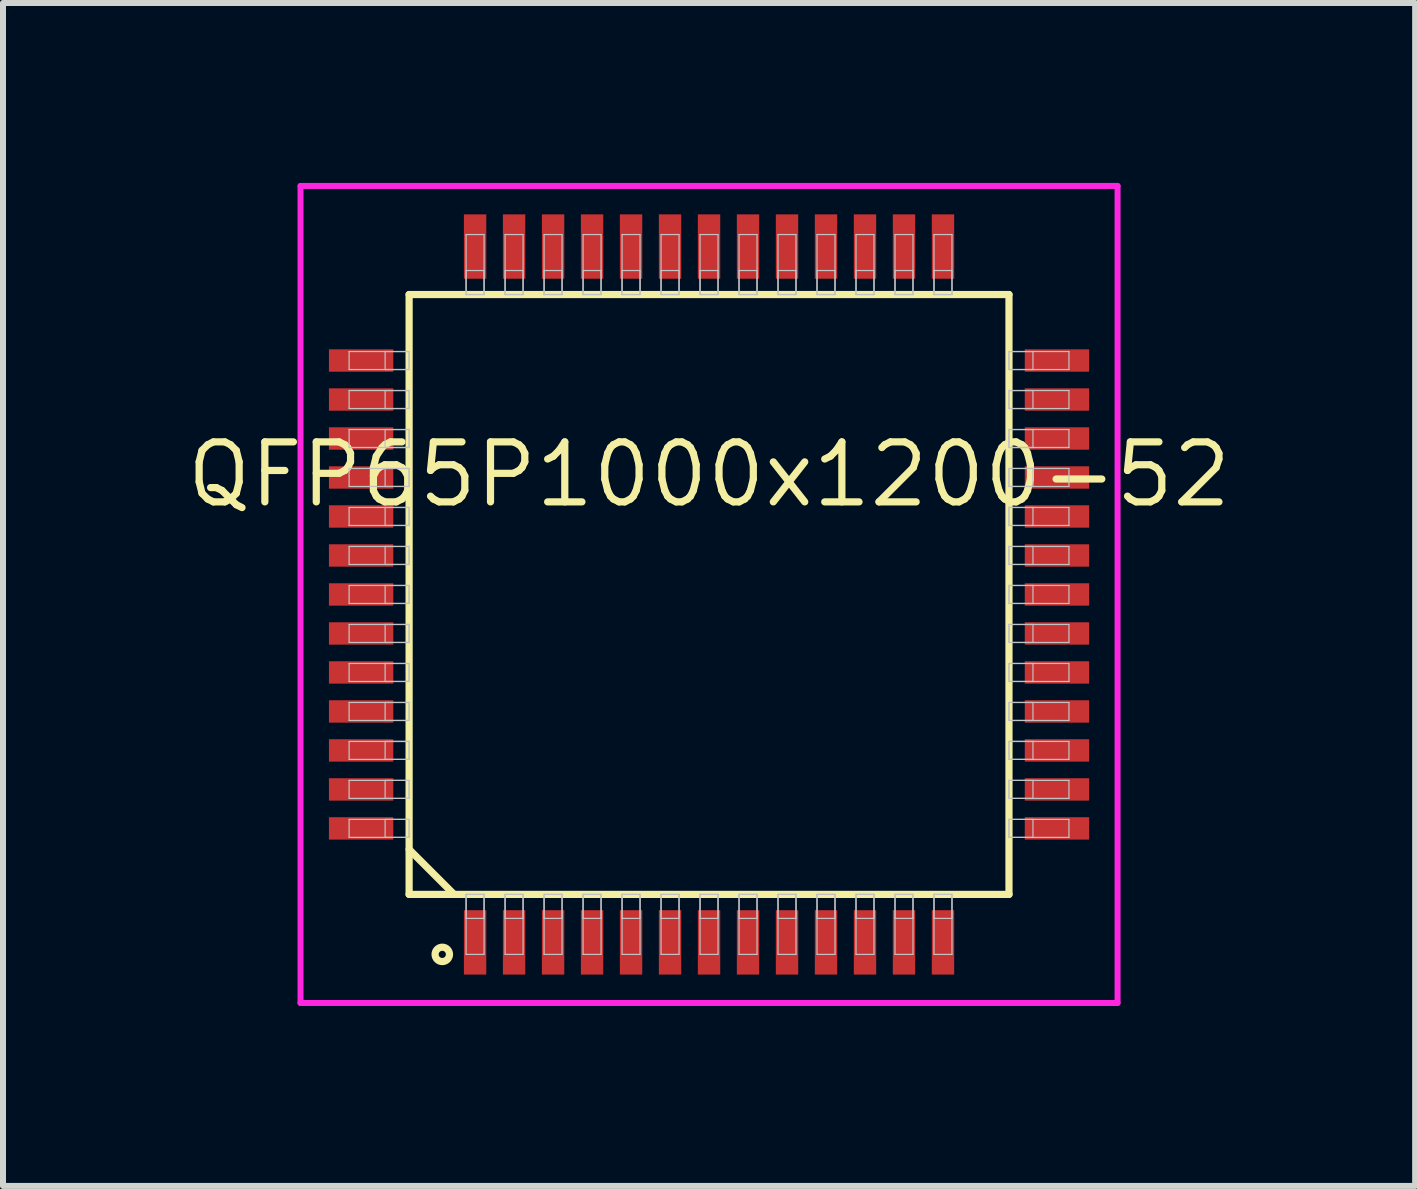
<source format=kicad_pcb>
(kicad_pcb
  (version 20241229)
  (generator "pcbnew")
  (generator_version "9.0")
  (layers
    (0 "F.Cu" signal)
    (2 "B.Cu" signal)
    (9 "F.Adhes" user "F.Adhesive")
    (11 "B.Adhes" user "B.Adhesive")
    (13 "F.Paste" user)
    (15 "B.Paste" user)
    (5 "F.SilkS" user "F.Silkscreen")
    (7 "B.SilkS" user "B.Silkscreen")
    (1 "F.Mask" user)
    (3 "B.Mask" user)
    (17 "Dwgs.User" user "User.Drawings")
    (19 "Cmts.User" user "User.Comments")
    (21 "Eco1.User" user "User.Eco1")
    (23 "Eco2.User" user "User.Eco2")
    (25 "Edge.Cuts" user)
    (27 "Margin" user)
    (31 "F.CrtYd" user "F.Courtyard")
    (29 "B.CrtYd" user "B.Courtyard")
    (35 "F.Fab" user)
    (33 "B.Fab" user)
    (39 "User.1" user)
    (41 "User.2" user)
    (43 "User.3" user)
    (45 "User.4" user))
  (footprint "QFP65P1000x1200-52"
    (layer "F.Cu")
    (at 8.77 6.86)
    (property "Reference" "QFP65P1000x1200-52" (at 0 -2 0) (layer "F.SilkS") (effects (font (size 1 1) (thickness 0.12))))
    (attr through_hole)
    (fp_line (start -5 -5) (end -5 5) (stroke (width 0.12) (type solid)) (layer "F.SilkS"))
    (fp_line (start -5 4.25) (end -4.25 5) (stroke (width 0.12) (type solid)) (layer "F.SilkS"))
    (fp_line (start -5 5) (end 5 5) (stroke (width 0.12) (type solid)) (layer "F.SilkS"))
    (fp_line (start 5 -5) (end -5 -5) (stroke (width 0.12) (type solid)) (layer "F.SilkS"))
    (fp_line (start 5 5) (end 5 -5) (stroke (width 0.12) (type solid)) (layer "F.SilkS"))
    (fp_circle (center -4.447 6) (end -4.327 6) (stroke (width 0.12) (type solid)) (fill no) (layer "F.SilkS"))
    (fp_line (start -6 -4.05) (end -6 -3.75) (stroke (width 0.02) (type solid)) (layer "Dwgs.User"))
    (fp_line (start -6 -3.75) (end -5 -3.75) (stroke (width 0.02) (type solid)) (layer "Dwgs.User"))
    (fp_line (start -6 -3.4) (end -6 -3.1) (stroke (width 0.02) (type solid)) (layer "Dwgs.User"))
    (fp_line (start -6 -3.1) (end -5 -3.1) (stroke (width 0.02) (type solid)) (layer "Dwgs.User"))
    (fp_line (start -6 -2.75) (end -6 -2.45) (stroke (width 0.02) (type solid)) (layer "Dwgs.User"))
    (fp_line (start -6 -2.45) (end -5 -2.45) (stroke (width 0.02) (type solid)) (layer "Dwgs.User"))
    (fp_line (start -6 -2.1) (end -6 -1.8) (stroke (width 0.02) (type solid)) (layer "Dwgs.User"))
    (fp_line (start -6 -1.8) (end -5 -1.8) (stroke (width 0.02) (type solid)) (layer "Dwgs.User"))
    (fp_line (start -6 -1.45) (end -6 -1.15) (stroke (width 0.02) (type solid)) (layer "Dwgs.User"))
    (fp_line (start -6 -1.15) (end -5 -1.15) (stroke (width 0.02) (type solid)) (layer "Dwgs.User"))
    (fp_line (start -6 -0.8) (end -6 -0.5) (stroke (width 0.02) (type solid)) (layer "Dwgs.User"))
    (fp_line (start -6 -0.5) (end -5 -0.5) (stroke (width 0.02) (type solid)) (layer "Dwgs.User"))
    (fp_line (start -6 -0.15) (end -6 0.15) (stroke (width 0.02) (type solid)) (layer "Dwgs.User"))
    (fp_line (start -6 0.15) (end -5 0.15) (stroke (width 0.02) (type solid)) (layer "Dwgs.User"))
    (fp_line (start -6 0.5) (end -6 0.8) (stroke (width 0.02) (type solid)) (layer "Dwgs.User"))
    (fp_line (start -6 0.8) (end -5 0.8) (stroke (width 0.02) (type solid)) (layer "Dwgs.User"))
    (fp_line (start -6 1.15) (end -6 1.45) (stroke (width 0.02) (type solid)) (layer "Dwgs.User"))
    (fp_line (start -6 1.45) (end -5 1.45) (stroke (width 0.02) (type solid)) (layer "Dwgs.User"))
    (fp_line (start -6 1.8) (end -6 2.1) (stroke (width 0.02) (type solid)) (layer "Dwgs.User"))
    (fp_line (start -6 2.1) (end -5 2.1) (stroke (width 0.02) (type solid)) (layer "Dwgs.User"))
    (fp_line (start -6 2.45) (end -6 2.75) (stroke (width 0.02) (type solid)) (layer "Dwgs.User"))
    (fp_line (start -6 2.75) (end -5 2.75) (stroke (width 0.02) (type solid)) (layer "Dwgs.User"))
    (fp_line (start -6 3.1) (end -6 3.4) (stroke (width 0.02) (type solid)) (layer "Dwgs.User"))
    (fp_line (start -6 3.4) (end -5 3.4) (stroke (width 0.02) (type solid)) (layer "Dwgs.User"))
    (fp_line (start -6 3.75) (end -6 4.05) (stroke (width 0.02) (type solid)) (layer "Dwgs.User"))
    (fp_line (start -6 4.05) (end -5 4.05) (stroke (width 0.02) (type solid)) (layer "Dwgs.User"))
    (fp_line (start -5.4 -4.05) (end -5.4 -3.75) (stroke (width 0.02) (type solid)) (layer "Dwgs.User"))
    (fp_line (start -5.4 -3.75) (end -5 -3.75) (stroke (width 0.02) (type solid)) (layer "Dwgs.User"))
    (fp_line (start -5.4 -3.4) (end -5.4 -3.1) (stroke (width 0.02) (type solid)) (layer "Dwgs.User"))
    (fp_line (start -5.4 -3.1) (end -5 -3.1) (stroke (width 0.02) (type solid)) (layer "Dwgs.User"))
    (fp_line (start -5.4 -2.75) (end -5.4 -2.45) (stroke (width 0.02) (type solid)) (layer "Dwgs.User"))
    (fp_line (start -5.4 -2.45) (end -5 -2.45) (stroke (width 0.02) (type solid)) (layer "Dwgs.User"))
    (fp_line (start -5.4 -2.1) (end -5.4 -1.8) (stroke (width 0.02) (type solid)) (layer "Dwgs.User"))
    (fp_line (start -5.4 -1.8) (end -5 -1.8) (stroke (width 0.02) (type solid)) (layer "Dwgs.User"))
    (fp_line (start -5.4 -1.45) (end -5.4 -1.15) (stroke (width 0.02) (type solid)) (layer "Dwgs.User"))
    (fp_line (start -5.4 -1.15) (end -5 -1.15) (stroke (width 0.02) (type solid)) (layer "Dwgs.User"))
    (fp_line (start -5.4 -0.8) (end -5.4 -0.5) (stroke (width 0.02) (type solid)) (layer "Dwgs.User"))
    (fp_line (start -5.4 -0.5) (end -5 -0.5) (stroke (width 0.02) (type solid)) (layer "Dwgs.User"))
    (fp_line (start -5.4 -0.15) (end -5.4 0.15) (stroke (width 0.02) (type solid)) (layer "Dwgs.User"))
    (fp_line (start -5.4 0.15) (end -5 0.15) (stroke (width 0.02) (type solid)) (layer "Dwgs.User"))
    (fp_line (start -5.4 0.5) (end -5.4 0.8) (stroke (width 0.02) (type solid)) (layer "Dwgs.User"))
    (fp_line (start -5.4 0.8) (end -5 0.8) (stroke (width 0.02) (type solid)) (layer "Dwgs.User"))
    (fp_line (start -5.4 1.15) (end -5.4 1.45) (stroke (width 0.02) (type solid)) (layer "Dwgs.User"))
    (fp_line (start -5.4 1.45) (end -5 1.45) (stroke (width 0.02) (type solid)) (layer "Dwgs.User"))
    (fp_line (start -5.4 1.8) (end -5.4 2.1) (stroke (width 0.02) (type solid)) (layer "Dwgs.User"))
    (fp_line (start -5.4 2.1) (end -5 2.1) (stroke (width 0.02) (type solid)) (layer "Dwgs.User"))
    (fp_line (start -5.4 2.45) (end -5.4 2.75) (stroke (width 0.02) (type solid)) (layer "Dwgs.User"))
    (fp_line (start -5.4 2.75) (end -5 2.75) (stroke (width 0.02) (type solid)) (layer "Dwgs.User"))
    (fp_line (start -5.4 3.1) (end -5.4 3.4) (stroke (width 0.02) (type solid)) (layer "Dwgs.User"))
    (fp_line (start -5.4 3.4) (end -5 3.4) (stroke (width 0.02) (type solid)) (layer "Dwgs.User"))
    (fp_line (start -5.4 3.75) (end -5.4 4.05) (stroke (width 0.02) (type solid)) (layer "Dwgs.User"))
    (fp_line (start -5.4 4.05) (end -5 4.05) (stroke (width 0.02) (type solid)) (layer "Dwgs.User"))
    (fp_line (start -5 -4.05) (end -6 -4.05) (stroke (width 0.02) (type solid)) (layer "Dwgs.User"))
    (fp_line (start -5 -4.05) (end -5.4 -4.05) (stroke (width 0.02) (type solid)) (layer "Dwgs.User"))
    (fp_line (start -5 -3.75) (end -5 -4.05) (stroke (width 0.02) (type solid)) (layer "Dwgs.User"))
    (fp_line (start -5 -3.75) (end -5 -4.05) (stroke (width 0.02) (type solid)) (layer "Dwgs.User"))
    (fp_line (start -5 -3.4) (end -6 -3.4) (stroke (width 0.02) (type solid)) (layer "Dwgs.User"))
    (fp_line (start -5 -3.4) (end -5.4 -3.4) (stroke (width 0.02) (type solid)) (layer "Dwgs.User"))
    (fp_line (start -5 -3.1) (end -5 -3.4) (stroke (width 0.02) (type solid)) (layer "Dwgs.User"))
    (fp_line (start -5 -3.1) (end -5 -3.4) (stroke (width 0.02) (type solid)) (layer "Dwgs.User"))
    (fp_line (start -5 -2.75) (end -6 -2.75) (stroke (width 0.02) (type solid)) (layer "Dwgs.User"))
    (fp_line (start -5 -2.75) (end -5.4 -2.75) (stroke (width 0.02) (type solid)) (layer "Dwgs.User"))
    (fp_line (start -5 -2.45) (end -5 -2.75) (stroke (width 0.02) (type solid)) (layer "Dwgs.User"))
    (fp_line (start -5 -2.45) (end -5 -2.75) (stroke (width 0.02) (type solid)) (layer "Dwgs.User"))
    (fp_line (start -5 -2.1) (end -6 -2.1) (stroke (width 0.02) (type solid)) (layer "Dwgs.User"))
    (fp_line (start -5 -2.1) (end -5.4 -2.1) (stroke (width 0.02) (type solid)) (layer "Dwgs.User"))
    (fp_line (start -5 -1.8) (end -5 -2.1) (stroke (width 0.02) (type solid)) (layer "Dwgs.User"))
    (fp_line (start -5 -1.8) (end -5 -2.1) (stroke (width 0.02) (type solid)) (layer "Dwgs.User"))
    (fp_line (start -5 -1.45) (end -6 -1.45) (stroke (width 0.02) (type solid)) (layer "Dwgs.User"))
    (fp_line (start -5 -1.45) (end -5.4 -1.45) (stroke (width 0.02) (type solid)) (layer "Dwgs.User"))
    (fp_line (start -5 -1.15) (end -5 -1.45) (stroke (width 0.02) (type solid)) (layer "Dwgs.User"))
    (fp_line (start -5 -1.15) (end -5 -1.45) (stroke (width 0.02) (type solid)) (layer "Dwgs.User"))
    (fp_line (start -5 -0.8) (end -6 -0.8) (stroke (width 0.02) (type solid)) (layer "Dwgs.User"))
    (fp_line (start -5 -0.8) (end -5.4 -0.8) (stroke (width 0.02) (type solid)) (layer "Dwgs.User"))
    (fp_line (start -5 -0.5) (end -5 -0.8) (stroke (width 0.02) (type solid)) (layer "Dwgs.User"))
    (fp_line (start -5 -0.5) (end -5 -0.8) (stroke (width 0.02) (type solid)) (layer "Dwgs.User"))
    (fp_line (start -5 -0.15) (end -6 -0.15) (stroke (width 0.02) (type solid)) (layer "Dwgs.User"))
    (fp_line (start -5 -0.15) (end -5.4 -0.15) (stroke (width 0.02) (type solid)) (layer "Dwgs.User"))
    (fp_line (start -5 0.15) (end -5 -0.15) (stroke (width 0.02) (type solid)) (layer "Dwgs.User"))
    (fp_line (start -5 0.15) (end -5 -0.15) (stroke (width 0.02) (type solid)) (layer "Dwgs.User"))
    (fp_line (start -5 0.5) (end -6 0.5) (stroke (width 0.02) (type solid)) (layer "Dwgs.User"))
    (fp_line (start -5 0.5) (end -5.4 0.5) (stroke (width 0.02) (type solid)) (layer "Dwgs.User"))
    (fp_line (start -5 0.8) (end -5 0.5) (stroke (width 0.02) (type solid)) (layer "Dwgs.User"))
    (fp_line (start -5 0.8) (end -5 0.5) (stroke (width 0.02) (type solid)) (layer "Dwgs.User"))
    (fp_line (start -5 1.15) (end -6 1.15) (stroke (width 0.02) (type solid)) (layer "Dwgs.User"))
    (fp_line (start -5 1.15) (end -5.4 1.15) (stroke (width 0.02) (type solid)) (layer "Dwgs.User"))
    (fp_line (start -5 1.45) (end -5 1.15) (stroke (width 0.02) (type solid)) (layer "Dwgs.User"))
    (fp_line (start -5 1.45) (end -5 1.15) (stroke (width 0.02) (type solid)) (layer "Dwgs.User"))
    (fp_line (start -5 1.8) (end -6 1.8) (stroke (width 0.02) (type solid)) (layer "Dwgs.User"))
    (fp_line (start -5 1.8) (end -5.4 1.8) (stroke (width 0.02) (type solid)) (layer "Dwgs.User"))
    (fp_line (start -5 2.1) (end -5 1.8) (stroke (width 0.02) (type solid)) (layer "Dwgs.User"))
    (fp_line (start -5 2.1) (end -5 1.8) (stroke (width 0.02) (type solid)) (layer "Dwgs.User"))
    (fp_line (start -5 2.45) (end -6 2.45) (stroke (width 0.02) (type solid)) (layer "Dwgs.User"))
    (fp_line (start -5 2.45) (end -5.4 2.45) (stroke (width 0.02) (type solid)) (layer "Dwgs.User"))
    (fp_line (start -5 2.75) (end -5 2.45) (stroke (width 0.02) (type solid)) (layer "Dwgs.User"))
    (fp_line (start -5 2.75) (end -5 2.45) (stroke (width 0.02) (type solid)) (layer "Dwgs.User"))
    (fp_line (start -5 3.1) (end -6 3.1) (stroke (width 0.02) (type solid)) (layer "Dwgs.User"))
    (fp_line (start -5 3.1) (end -5.4 3.1) (stroke (width 0.02) (type solid)) (layer "Dwgs.User"))
    (fp_line (start -5 3.4) (end -5 3.1) (stroke (width 0.02) (type solid)) (layer "Dwgs.User"))
    (fp_line (start -5 3.4) (end -5 3.1) (stroke (width 0.02) (type solid)) (layer "Dwgs.User"))
    (fp_line (start -5 3.75) (end -6 3.75) (stroke (width 0.02) (type solid)) (layer "Dwgs.User"))
    (fp_line (start -5 3.75) (end -5.4 3.75) (stroke (width 0.02) (type solid)) (layer "Dwgs.User"))
    (fp_line (start -5 4.05) (end -5 3.75) (stroke (width 0.02) (type solid)) (layer "Dwgs.User"))
    (fp_line (start -5 4.05) (end -5 3.75) (stroke (width 0.02) (type solid)) (layer "Dwgs.User"))
    (fp_line (start -4.05 -6) (end -4.05 -5) (stroke (width 0.02) (type solid)) (layer "Dwgs.User"))
    (fp_line (start -4.05 -5.4) (end -4.05 -5) (stroke (width 0.02) (type solid)) (layer "Dwgs.User"))
    (fp_line (start -4.05 -5) (end -3.75 -5) (stroke (width 0.02) (type solid)) (layer "Dwgs.User"))
    (fp_line (start -4.05 -5) (end -3.75 -5) (stroke (width 0.02) (type solid)) (layer "Dwgs.User"))
    (fp_line (start -4.05 5) (end -3.75 5) (stroke (width 0.02) (type solid)) (layer "Dwgs.User"))
    (fp_line (start -4.05 5) (end -3.75 5) (stroke (width 0.02) (type solid)) (layer "Dwgs.User"))
    (fp_line (start -4.05 5.4) (end -4.05 5) (stroke (width 0.02) (type solid)) (layer "Dwgs.User"))
    (fp_line (start -4.05 6) (end -4.05 5) (stroke (width 0.02) (type solid)) (layer "Dwgs.User"))
    (fp_line (start -3.75 -6) (end -4.05 -6) (stroke (width 0.02) (type solid)) (layer "Dwgs.User"))
    (fp_line (start -3.75 -5.4) (end -4.05 -5.4) (stroke (width 0.02) (type solid)) (layer "Dwgs.User"))
    (fp_line (start -3.75 -5) (end -3.75 -6) (stroke (width 0.02) (type solid)) (layer "Dwgs.User"))
    (fp_line (start -3.75 -5) (end -3.75 -5.4) (stroke (width 0.02) (type solid)) (layer "Dwgs.User"))
    (fp_line (start -3.75 5) (end -3.75 5.4) (stroke (width 0.02) (type solid)) (layer "Dwgs.User"))
    (fp_line (start -3.75 5) (end -3.75 6) (stroke (width 0.02) (type solid)) (layer "Dwgs.User"))
    (fp_line (start -3.75 5.4) (end -4.05 5.4) (stroke (width 0.02) (type solid)) (layer "Dwgs.User"))
    (fp_line (start -3.75 6) (end -4.05 6) (stroke (width 0.02) (type solid)) (layer "Dwgs.User"))
    (fp_line (start -3.4 -6) (end -3.4 -5) (stroke (width 0.02) (type solid)) (layer "Dwgs.User"))
    (fp_line (start -3.4 -5.4) (end -3.4 -5) (stroke (width 0.02) (type solid)) (layer "Dwgs.User"))
    (fp_line (start -3.4 -5) (end -3.1 -5) (stroke (width 0.02) (type solid)) (layer "Dwgs.User"))
    (fp_line (start -3.4 -5) (end -3.1 -5) (stroke (width 0.02) (type solid)) (layer "Dwgs.User"))
    (fp_line (start -3.4 5) (end -3.1 5) (stroke (width 0.02) (type solid)) (layer "Dwgs.User"))
    (fp_line (start -3.4 5) (end -3.1 5) (stroke (width 0.02) (type solid)) (layer "Dwgs.User"))
    (fp_line (start -3.4 5.4) (end -3.4 5) (stroke (width 0.02) (type solid)) (layer "Dwgs.User"))
    (fp_line (start -3.4 6) (end -3.4 5) (stroke (width 0.02) (type solid)) (layer "Dwgs.User"))
    (fp_line (start -3.1 -6) (end -3.4 -6) (stroke (width 0.02) (type solid)) (layer "Dwgs.User"))
    (fp_line (start -3.1 -5.4) (end -3.4 -5.4) (stroke (width 0.02) (type solid)) (layer "Dwgs.User"))
    (fp_line (start -3.1 -5) (end -3.1 -6) (stroke (width 0.02) (type solid)) (layer "Dwgs.User"))
    (fp_line (start -3.1 -5) (end -3.1 -5.4) (stroke (width 0.02) (type solid)) (layer "Dwgs.User"))
    (fp_line (start -3.1 5) (end -3.1 5.4) (stroke (width 0.02) (type solid)) (layer "Dwgs.User"))
    (fp_line (start -3.1 5) (end -3.1 6) (stroke (width 0.02) (type solid)) (layer "Dwgs.User"))
    (fp_line (start -3.1 5.4) (end -3.4 5.4) (stroke (width 0.02) (type solid)) (layer "Dwgs.User"))
    (fp_line (start -3.1 6) (end -3.4 6) (stroke (width 0.02) (type solid)) (layer "Dwgs.User"))
    (fp_line (start -2.75 -6) (end -2.75 -5) (stroke (width 0.02) (type solid)) (layer "Dwgs.User"))
    (fp_line (start -2.75 -5.4) (end -2.75 -5) (stroke (width 0.02) (type solid)) (layer "Dwgs.User"))
    (fp_line (start -2.75 -5) (end -2.45 -5) (stroke (width 0.02) (type solid)) (layer "Dwgs.User"))
    (fp_line (start -2.75 -5) (end -2.45 -5) (stroke (width 0.02) (type solid)) (layer "Dwgs.User"))
    (fp_line (start -2.75 5) (end -2.45 5) (stroke (width 0.02) (type solid)) (layer "Dwgs.User"))
    (fp_line (start -2.75 5) (end -2.45 5) (stroke (width 0.02) (type solid)) (layer "Dwgs.User"))
    (fp_line (start -2.75 5.4) (end -2.75 5) (stroke (width 0.02) (type solid)) (layer "Dwgs.User"))
    (fp_line (start -2.75 6) (end -2.75 5) (stroke (width 0.02) (type solid)) (layer "Dwgs.User"))
    (fp_line (start -2.45 -6) (end -2.75 -6) (stroke (width 0.02) (type solid)) (layer "Dwgs.User"))
    (fp_line (start -2.45 -5.4) (end -2.75 -5.4) (stroke (width 0.02) (type solid)) (layer "Dwgs.User"))
    (fp_line (start -2.45 -5) (end -2.45 -6) (stroke (width 0.02) (type solid)) (layer "Dwgs.User"))
    (fp_line (start -2.45 -5) (end -2.45 -5.4) (stroke (width 0.02) (type solid)) (layer "Dwgs.User"))
    (fp_line (start -2.45 5) (end -2.45 5.4) (stroke (width 0.02) (type solid)) (layer "Dwgs.User"))
    (fp_line (start -2.45 5) (end -2.45 6) (stroke (width 0.02) (type solid)) (layer "Dwgs.User"))
    (fp_line (start -2.45 5.4) (end -2.75 5.4) (stroke (width 0.02) (type solid)) (layer "Dwgs.User"))
    (fp_line (start -2.45 6) (end -2.75 6) (stroke (width 0.02) (type solid)) (layer "Dwgs.User"))
    (fp_line (start -2.1 -6) (end -2.1 -5) (stroke (width 0.02) (type solid)) (layer "Dwgs.User"))
    (fp_line (start -2.1 -5.4) (end -2.1 -5) (stroke (width 0.02) (type solid)) (layer "Dwgs.User"))
    (fp_line (start -2.1 -5) (end -1.8 -5) (stroke (width 0.02) (type solid)) (layer "Dwgs.User"))
    (fp_line (start -2.1 -5) (end -1.8 -5) (stroke (width 0.02) (type solid)) (layer "Dwgs.User"))
    (fp_line (start -2.1 5) (end -1.8 5) (stroke (width 0.02) (type solid)) (layer "Dwgs.User"))
    (fp_line (start -2.1 5) (end -1.8 5) (stroke (width 0.02) (type solid)) (layer "Dwgs.User"))
    (fp_line (start -2.1 5.4) (end -2.1 5) (stroke (width 0.02) (type solid)) (layer "Dwgs.User"))
    (fp_line (start -2.1 6) (end -2.1 5) (stroke (width 0.02) (type solid)) (layer "Dwgs.User"))
    (fp_line (start -1.8 -6) (end -2.1 -6) (stroke (width 0.02) (type solid)) (layer "Dwgs.User"))
    (fp_line (start -1.8 -5.4) (end -2.1 -5.4) (stroke (width 0.02) (type solid)) (layer "Dwgs.User"))
    (fp_line (start -1.8 -5) (end -1.8 -6) (stroke (width 0.02) (type solid)) (layer "Dwgs.User"))
    (fp_line (start -1.8 -5) (end -1.8 -5.4) (stroke (width 0.02) (type solid)) (layer "Dwgs.User"))
    (fp_line (start -1.8 5) (end -1.8 5.4) (stroke (width 0.02) (type solid)) (layer "Dwgs.User"))
    (fp_line (start -1.8 5) (end -1.8 6) (stroke (width 0.02) (type solid)) (layer "Dwgs.User"))
    (fp_line (start -1.8 5.4) (end -2.1 5.4) (stroke (width 0.02) (type solid)) (layer "Dwgs.User"))
    (fp_line (start -1.8 6) (end -2.1 6) (stroke (width 0.02) (type solid)) (layer "Dwgs.User"))
    (fp_line (start -1.45 -6) (end -1.45 -5) (stroke (width 0.02) (type solid)) (layer "Dwgs.User"))
    (fp_line (start -1.45 -5.4) (end -1.45 -5) (stroke (width 0.02) (type solid)) (layer "Dwgs.User"))
    (fp_line (start -1.45 -5) (end -1.15 -5) (stroke (width 0.02) (type solid)) (layer "Dwgs.User"))
    (fp_line (start -1.45 -5) (end -1.15 -5) (stroke (width 0.02) (type solid)) (layer "Dwgs.User"))
    (fp_line (start -1.45 5) (end -1.15 5) (stroke (width 0.02) (type solid)) (layer "Dwgs.User"))
    (fp_line (start -1.45 5) (end -1.15 5) (stroke (width 0.02) (type solid)) (layer "Dwgs.User"))
    (fp_line (start -1.45 5.4) (end -1.45 5) (stroke (width 0.02) (type solid)) (layer "Dwgs.User"))
    (fp_line (start -1.45 6) (end -1.45 5) (stroke (width 0.02) (type solid)) (layer "Dwgs.User"))
    (fp_line (start -1.15 -6) (end -1.45 -6) (stroke (width 0.02) (type solid)) (layer "Dwgs.User"))
    (fp_line (start -1.15 -5.4) (end -1.45 -5.4) (stroke (width 0.02) (type solid)) (layer "Dwgs.User"))
    (fp_line (start -1.15 -5) (end -1.15 -6) (stroke (width 0.02) (type solid)) (layer "Dwgs.User"))
    (fp_line (start -1.15 -5) (end -1.15 -5.4) (stroke (width 0.02) (type solid)) (layer "Dwgs.User"))
    (fp_line (start -1.15 5) (end -1.15 5.4) (stroke (width 0.02) (type solid)) (layer "Dwgs.User"))
    (fp_line (start -1.15 5) (end -1.15 6) (stroke (width 0.02) (type solid)) (layer "Dwgs.User"))
    (fp_line (start -1.15 5.4) (end -1.45 5.4) (stroke (width 0.02) (type solid)) (layer "Dwgs.User"))
    (fp_line (start -1.15 6) (end -1.45 6) (stroke (width 0.02) (type solid)) (layer "Dwgs.User"))
    (fp_line (start -0.8 -6) (end -0.8 -5) (stroke (width 0.02) (type solid)) (layer "Dwgs.User"))
    (fp_line (start -0.8 -5.4) (end -0.8 -5) (stroke (width 0.02) (type solid)) (layer "Dwgs.User"))
    (fp_line (start -0.8 -5) (end -0.5 -5) (stroke (width 0.02) (type solid)) (layer "Dwgs.User"))
    (fp_line (start -0.8 -5) (end -0.5 -5) (stroke (width 0.02) (type solid)) (layer "Dwgs.User"))
    (fp_line (start -0.8 5) (end -0.5 5) (stroke (width 0.02) (type solid)) (layer "Dwgs.User"))
    (fp_line (start -0.8 5) (end -0.5 5) (stroke (width 0.02) (type solid)) (layer "Dwgs.User"))
    (fp_line (start -0.8 5.4) (end -0.8 5) (stroke (width 0.02) (type solid)) (layer "Dwgs.User"))
    (fp_line (start -0.8 6) (end -0.8 5) (stroke (width 0.02) (type solid)) (layer "Dwgs.User"))
    (fp_line (start -0.5 -6) (end -0.8 -6) (stroke (width 0.02) (type solid)) (layer "Dwgs.User"))
    (fp_line (start -0.5 -5.4) (end -0.8 -5.4) (stroke (width 0.02) (type solid)) (layer "Dwgs.User"))
    (fp_line (start -0.5 -5) (end -0.5 -6) (stroke (width 0.02) (type solid)) (layer "Dwgs.User"))
    (fp_line (start -0.5 -5) (end -0.5 -5.4) (stroke (width 0.02) (type solid)) (layer "Dwgs.User"))
    (fp_line (start -0.5 5) (end -0.5 5.4) (stroke (width 0.02) (type solid)) (layer "Dwgs.User"))
    (fp_line (start -0.5 5) (end -0.5 6) (stroke (width 0.02) (type solid)) (layer "Dwgs.User"))
    (fp_line (start -0.5 5.4) (end -0.8 5.4) (stroke (width 0.02) (type solid)) (layer "Dwgs.User"))
    (fp_line (start -0.5 6) (end -0.8 6) (stroke (width 0.02) (type solid)) (layer "Dwgs.User"))
    (fp_line (start -0.15 -6) (end -0.15 -5) (stroke (width 0.02) (type solid)) (layer "Dwgs.User"))
    (fp_line (start -0.15 -5.4) (end -0.15 -5) (stroke (width 0.02) (type solid)) (layer "Dwgs.User"))
    (fp_line (start -0.15 -5) (end 0.15 -5) (stroke (width 0.02) (type solid)) (layer "Dwgs.User"))
    (fp_line (start -0.15 -5) (end 0.15 -5) (stroke (width 0.02) (type solid)) (layer "Dwgs.User"))
    (fp_line (start -0.15 5) (end 0.15 5) (stroke (width 0.02) (type solid)) (layer "Dwgs.User"))
    (fp_line (start -0.15 5) (end 0.15 5) (stroke (width 0.02) (type solid)) (layer "Dwgs.User"))
    (fp_line (start -0.15 5.4) (end -0.15 5) (stroke (width 0.02) (type solid)) (layer "Dwgs.User"))
    (fp_line (start -0.15 6) (end -0.15 5) (stroke (width 0.02) (type solid)) (layer "Dwgs.User"))
    (fp_line (start 0.15 -6) (end -0.15 -6) (stroke (width 0.02) (type solid)) (layer "Dwgs.User"))
    (fp_line (start 0.15 -5.4) (end -0.15 -5.4) (stroke (width 0.02) (type solid)) (layer "Dwgs.User"))
    (fp_line (start 0.15 -5) (end 0.15 -6) (stroke (width 0.02) (type solid)) (layer "Dwgs.User"))
    (fp_line (start 0.15 -5) (end 0.15 -5.4) (stroke (width 0.02) (type solid)) (layer "Dwgs.User"))
    (fp_line (start 0.15 5) (end 0.15 5.4) (stroke (width 0.02) (type solid)) (layer "Dwgs.User"))
    (fp_line (start 0.15 5) (end 0.15 6) (stroke (width 0.02) (type solid)) (layer "Dwgs.User"))
    (fp_line (start 0.15 5.4) (end -0.15 5.4) (stroke (width 0.02) (type solid)) (layer "Dwgs.User"))
    (fp_line (start 0.15 6) (end -0.15 6) (stroke (width 0.02) (type solid)) (layer "Dwgs.User"))
    (fp_line (start 0.5 -6) (end 0.5 -5) (stroke (width 0.02) (type solid)) (layer "Dwgs.User"))
    (fp_line (start 0.5 -5.4) (end 0.5 -5) (stroke (width 0.02) (type solid)) (layer "Dwgs.User"))
    (fp_line (start 0.5 -5) (end 0.8 -5) (stroke (width 0.02) (type solid)) (layer "Dwgs.User"))
    (fp_line (start 0.5 -5) (end 0.8 -5) (stroke (width 0.02) (type solid)) (layer "Dwgs.User"))
    (fp_line (start 0.5 5) (end 0.8 5) (stroke (width 0.02) (type solid)) (layer "Dwgs.User"))
    (fp_line (start 0.5 5) (end 0.8 5) (stroke (width 0.02) (type solid)) (layer "Dwgs.User"))
    (fp_line (start 0.5 5.4) (end 0.5 5) (stroke (width 0.02) (type solid)) (layer "Dwgs.User"))
    (fp_line (start 0.5 6) (end 0.5 5) (stroke (width 0.02) (type solid)) (layer "Dwgs.User"))
    (fp_line (start 0.8 -6) (end 0.5 -6) (stroke (width 0.02) (type solid)) (layer "Dwgs.User"))
    (fp_line (start 0.8 -5.4) (end 0.5 -5.4) (stroke (width 0.02) (type solid)) (layer "Dwgs.User"))
    (fp_line (start 0.8 -5) (end 0.8 -6) (stroke (width 0.02) (type solid)) (layer "Dwgs.User"))
    (fp_line (start 0.8 -5) (end 0.8 -5.4) (stroke (width 0.02) (type solid)) (layer "Dwgs.User"))
    (fp_line (start 0.8 5) (end 0.8 5.4) (stroke (width 0.02) (type solid)) (layer "Dwgs.User"))
    (fp_line (start 0.8 5) (end 0.8 6) (stroke (width 0.02) (type solid)) (layer "Dwgs.User"))
    (fp_line (start 0.8 5.4) (end 0.5 5.4) (stroke (width 0.02) (type solid)) (layer "Dwgs.User"))
    (fp_line (start 0.8 6) (end 0.5 6) (stroke (width 0.02) (type solid)) (layer "Dwgs.User"))
    (fp_line (start 1.15 -6) (end 1.15 -5) (stroke (width 0.02) (type solid)) (layer "Dwgs.User"))
    (fp_line (start 1.15 -5.4) (end 1.15 -5) (stroke (width 0.02) (type solid)) (layer "Dwgs.User"))
    (fp_line (start 1.15 -5) (end 1.45 -5) (stroke (width 0.02) (type solid)) (layer "Dwgs.User"))
    (fp_line (start 1.15 -5) (end 1.45 -5) (stroke (width 0.02) (type solid)) (layer "Dwgs.User"))
    (fp_line (start 1.15 5) (end 1.45 5) (stroke (width 0.02) (type solid)) (layer "Dwgs.User"))
    (fp_line (start 1.15 5) (end 1.45 5) (stroke (width 0.02) (type solid)) (layer "Dwgs.User"))
    (fp_line (start 1.15 5.4) (end 1.15 5) (stroke (width 0.02) (type solid)) (layer "Dwgs.User"))
    (fp_line (start 1.15 6) (end 1.15 5) (stroke (width 0.02) (type solid)) (layer "Dwgs.User"))
    (fp_line (start 1.45 -6) (end 1.15 -6) (stroke (width 0.02) (type solid)) (layer "Dwgs.User"))
    (fp_line (start 1.45 -5.4) (end 1.15 -5.4) (stroke (width 0.02) (type solid)) (layer "Dwgs.User"))
    (fp_line (start 1.45 -5) (end 1.45 -6) (stroke (width 0.02) (type solid)) (layer "Dwgs.User"))
    (fp_line (start 1.45 -5) (end 1.45 -5.4) (stroke (width 0.02) (type solid)) (layer "Dwgs.User"))
    (fp_line (start 1.45 5) (end 1.45 5.4) (stroke (width 0.02) (type solid)) (layer "Dwgs.User"))
    (fp_line (start 1.45 5) (end 1.45 6) (stroke (width 0.02) (type solid)) (layer "Dwgs.User"))
    (fp_line (start 1.45 5.4) (end 1.15 5.4) (stroke (width 0.02) (type solid)) (layer "Dwgs.User"))
    (fp_line (start 1.45 6) (end 1.15 6) (stroke (width 0.02) (type solid)) (layer "Dwgs.User"))
    (fp_line (start 1.8 -6) (end 1.8 -5) (stroke (width 0.02) (type solid)) (layer "Dwgs.User"))
    (fp_line (start 1.8 -5.4) (end 1.8 -5) (stroke (width 0.02) (type solid)) (layer "Dwgs.User"))
    (fp_line (start 1.8 -5) (end 2.1 -5) (stroke (width 0.02) (type solid)) (layer "Dwgs.User"))
    (fp_line (start 1.8 -5) (end 2.1 -5) (stroke (width 0.02) (type solid)) (layer "Dwgs.User"))
    (fp_line (start 1.8 5) (end 2.1 5) (stroke (width 0.02) (type solid)) (layer "Dwgs.User"))
    (fp_line (start 1.8 5) (end 2.1 5) (stroke (width 0.02) (type solid)) (layer "Dwgs.User"))
    (fp_line (start 1.8 5.4) (end 1.8 5) (stroke (width 0.02) (type solid)) (layer "Dwgs.User"))
    (fp_line (start 1.8 6) (end 1.8 5) (stroke (width 0.02) (type solid)) (layer "Dwgs.User"))
    (fp_line (start 2.1 -6) (end 1.8 -6) (stroke (width 0.02) (type solid)) (layer "Dwgs.User"))
    (fp_line (start 2.1 -5.4) (end 1.8 -5.4) (stroke (width 0.02) (type solid)) (layer "Dwgs.User"))
    (fp_line (start 2.1 -5) (end 2.1 -6) (stroke (width 0.02) (type solid)) (layer "Dwgs.User"))
    (fp_line (start 2.1 -5) (end 2.1 -5.4) (stroke (width 0.02) (type solid)) (layer "Dwgs.User"))
    (fp_line (start 2.1 5) (end 2.1 5.4) (stroke (width 0.02) (type solid)) (layer "Dwgs.User"))
    (fp_line (start 2.1 5) (end 2.1 6) (stroke (width 0.02) (type solid)) (layer "Dwgs.User"))
    (fp_line (start 2.1 5.4) (end 1.8 5.4) (stroke (width 0.02) (type solid)) (layer "Dwgs.User"))
    (fp_line (start 2.1 6) (end 1.8 6) (stroke (width 0.02) (type solid)) (layer "Dwgs.User"))
    (fp_line (start 2.45 -6) (end 2.45 -5) (stroke (width 0.02) (type solid)) (layer "Dwgs.User"))
    (fp_line (start 2.45 -5.4) (end 2.45 -5) (stroke (width 0.02) (type solid)) (layer "Dwgs.User"))
    (fp_line (start 2.45 -5) (end 2.75 -5) (stroke (width 0.02) (type solid)) (layer "Dwgs.User"))
    (fp_line (start 2.45 -5) (end 2.75 -5) (stroke (width 0.02) (type solid)) (layer "Dwgs.User"))
    (fp_line (start 2.45 5) (end 2.75 5) (stroke (width 0.02) (type solid)) (layer "Dwgs.User"))
    (fp_line (start 2.45 5) (end 2.75 5) (stroke (width 0.02) (type solid)) (layer "Dwgs.User"))
    (fp_line (start 2.45 5.4) (end 2.45 5) (stroke (width 0.02) (type solid)) (layer "Dwgs.User"))
    (fp_line (start 2.45 6) (end 2.45 5) (stroke (width 0.02) (type solid)) (layer "Dwgs.User"))
    (fp_line (start 2.75 -6) (end 2.45 -6) (stroke (width 0.02) (type solid)) (layer "Dwgs.User"))
    (fp_line (start 2.75 -5.4) (end 2.45 -5.4) (stroke (width 0.02) (type solid)) (layer "Dwgs.User"))
    (fp_line (start 2.75 -5) (end 2.75 -6) (stroke (width 0.02) (type solid)) (layer "Dwgs.User"))
    (fp_line (start 2.75 -5) (end 2.75 -5.4) (stroke (width 0.02) (type solid)) (layer "Dwgs.User"))
    (fp_line (start 2.75 5) (end 2.75 5.4) (stroke (width 0.02) (type solid)) (layer "Dwgs.User"))
    (fp_line (start 2.75 5) (end 2.75 6) (stroke (width 0.02) (type solid)) (layer "Dwgs.User"))
    (fp_line (start 2.75 5.4) (end 2.45 5.4) (stroke (width 0.02) (type solid)) (layer "Dwgs.User"))
    (fp_line (start 2.75 6) (end 2.45 6) (stroke (width 0.02) (type solid)) (layer "Dwgs.User"))
    (fp_line (start 3.1 -6) (end 3.1 -5) (stroke (width 0.02) (type solid)) (layer "Dwgs.User"))
    (fp_line (start 3.1 -5.4) (end 3.1 -5) (stroke (width 0.02) (type solid)) (layer "Dwgs.User"))
    (fp_line (start 3.1 -5) (end 3.4 -5) (stroke (width 0.02) (type solid)) (layer "Dwgs.User"))
    (fp_line (start 3.1 -5) (end 3.4 -5) (stroke (width 0.02) (type solid)) (layer "Dwgs.User"))
    (fp_line (start 3.1 5) (end 3.4 5) (stroke (width 0.02) (type solid)) (layer "Dwgs.User"))
    (fp_line (start 3.1 5) (end 3.4 5) (stroke (width 0.02) (type solid)) (layer "Dwgs.User"))
    (fp_line (start 3.1 5.4) (end 3.1 5) (stroke (width 0.02) (type solid)) (layer "Dwgs.User"))
    (fp_line (start 3.1 6) (end 3.1 5) (stroke (width 0.02) (type solid)) (layer "Dwgs.User"))
    (fp_line (start 3.4 -6) (end 3.1 -6) (stroke (width 0.02) (type solid)) (layer "Dwgs.User"))
    (fp_line (start 3.4 -5.4) (end 3.1 -5.4) (stroke (width 0.02) (type solid)) (layer "Dwgs.User"))
    (fp_line (start 3.4 -5) (end 3.4 -6) (stroke (width 0.02) (type solid)) (layer "Dwgs.User"))
    (fp_line (start 3.4 -5) (end 3.4 -5.4) (stroke (width 0.02) (type solid)) (layer "Dwgs.User"))
    (fp_line (start 3.4 5) (end 3.4 5.4) (stroke (width 0.02) (type solid)) (layer "Dwgs.User"))
    (fp_line (start 3.4 5) (end 3.4 6) (stroke (width 0.02) (type solid)) (layer "Dwgs.User"))
    (fp_line (start 3.4 5.4) (end 3.1 5.4) (stroke (width 0.02) (type solid)) (layer "Dwgs.User"))
    (fp_line (start 3.4 6) (end 3.1 6) (stroke (width 0.02) (type solid)) (layer "Dwgs.User"))
    (fp_line (start 3.75 -6) (end 3.75 -5) (stroke (width 0.02) (type solid)) (layer "Dwgs.User"))
    (fp_line (start 3.75 -5.4) (end 3.75 -5) (stroke (width 0.02) (type solid)) (layer "Dwgs.User"))
    (fp_line (start 3.75 -5) (end 4.05 -5) (stroke (width 0.02) (type solid)) (layer "Dwgs.User"))
    (fp_line (start 3.75 -5) (end 4.05 -5) (stroke (width 0.02) (type solid)) (layer "Dwgs.User"))
    (fp_line (start 3.75 5) (end 4.05 5) (stroke (width 0.02) (type solid)) (layer "Dwgs.User"))
    (fp_line (start 3.75 5) (end 4.05 5) (stroke (width 0.02) (type solid)) (layer "Dwgs.User"))
    (fp_line (start 3.75 5.4) (end 3.75 5) (stroke (width 0.02) (type solid)) (layer "Dwgs.User"))
    (fp_line (start 3.75 6) (end 3.75 5) (stroke (width 0.02) (type solid)) (layer "Dwgs.User"))
    (fp_line (start 4.05 -6) (end 3.75 -6) (stroke (width 0.02) (type solid)) (layer "Dwgs.User"))
    (fp_line (start 4.05 -5.4) (end 3.75 -5.4) (stroke (width 0.02) (type solid)) (layer "Dwgs.User"))
    (fp_line (start 4.05 -5) (end 4.05 -6) (stroke (width 0.02) (type solid)) (layer "Dwgs.User"))
    (fp_line (start 4.05 -5) (end 4.05 -5.4) (stroke (width 0.02) (type solid)) (layer "Dwgs.User"))
    (fp_line (start 4.05 5) (end 4.05 5.4) (stroke (width 0.02) (type solid)) (layer "Dwgs.User"))
    (fp_line (start 4.05 5) (end 4.05 6) (stroke (width 0.02) (type solid)) (layer "Dwgs.User"))
    (fp_line (start 4.05 5.4) (end 3.75 5.4) (stroke (width 0.02) (type solid)) (layer "Dwgs.User"))
    (fp_line (start 4.05 6) (end 3.75 6) (stroke (width 0.02) (type solid)) (layer "Dwgs.User"))
    (fp_line (start 5 -4.05) (end 5.4 -4.05) (stroke (width 0.02) (type solid)) (layer "Dwgs.User"))
    (fp_line (start 5 -4.05) (end 6 -4.05) (stroke (width 0.02) (type solid)) (layer "Dwgs.User"))
    (fp_line (start 5 -3.75) (end 5 -4.05) (stroke (width 0.02) (type solid)) (layer "Dwgs.User"))
    (fp_line (start 5 -3.75) (end 5 -4.05) (stroke (width 0.02) (type solid)) (layer "Dwgs.User"))
    (fp_line (start 5 -3.4) (end 5.4 -3.4) (stroke (width 0.02) (type solid)) (layer "Dwgs.User"))
    (fp_line (start 5 -3.4) (end 6 -3.4) (stroke (width 0.02) (type solid)) (layer "Dwgs.User"))
    (fp_line (start 5 -3.1) (end 5 -3.4) (stroke (width 0.02) (type solid)) (layer "Dwgs.User"))
    (fp_line (start 5 -3.1) (end 5 -3.4) (stroke (width 0.02) (type solid)) (layer "Dwgs.User"))
    (fp_line (start 5 -2.75) (end 5.4 -2.75) (stroke (width 0.02) (type solid)) (layer "Dwgs.User"))
    (fp_line (start 5 -2.75) (end 6 -2.75) (stroke (width 0.02) (type solid)) (layer "Dwgs.User"))
    (fp_line (start 5 -2.45) (end 5 -2.75) (stroke (width 0.02) (type solid)) (layer "Dwgs.User"))
    (fp_line (start 5 -2.45) (end 5 -2.75) (stroke (width 0.02) (type solid)) (layer "Dwgs.User"))
    (fp_line (start 5 -2.1) (end 5.4 -2.1) (stroke (width 0.02) (type solid)) (layer "Dwgs.User"))
    (fp_line (start 5 -2.1) (end 6 -2.1) (stroke (width 0.02) (type solid)) (layer "Dwgs.User"))
    (fp_line (start 5 -1.8) (end 5 -2.1) (stroke (width 0.02) (type solid)) (layer "Dwgs.User"))
    (fp_line (start 5 -1.8) (end 5 -2.1) (stroke (width 0.02) (type solid)) (layer "Dwgs.User"))
    (fp_line (start 5 -1.45) (end 5.4 -1.45) (stroke (width 0.02) (type solid)) (layer "Dwgs.User"))
    (fp_line (start 5 -1.45) (end 6 -1.45) (stroke (width 0.02) (type solid)) (layer "Dwgs.User"))
    (fp_line (start 5 -1.15) (end 5 -1.45) (stroke (width 0.02) (type solid)) (layer "Dwgs.User"))
    (fp_line (start 5 -1.15) (end 5 -1.45) (stroke (width 0.02) (type solid)) (layer "Dwgs.User"))
    (fp_line (start 5 -0.8) (end 5.4 -0.8) (stroke (width 0.02) (type solid)) (layer "Dwgs.User"))
    (fp_line (start 5 -0.8) (end 6 -0.8) (stroke (width 0.02) (type solid)) (layer "Dwgs.User"))
    (fp_line (start 5 -0.5) (end 5 -0.8) (stroke (width 0.02) (type solid)) (layer "Dwgs.User"))
    (fp_line (start 5 -0.5) (end 5 -0.8) (stroke (width 0.02) (type solid)) (layer "Dwgs.User"))
    (fp_line (start 5 -0.15) (end 5.4 -0.15) (stroke (width 0.02) (type solid)) (layer "Dwgs.User"))
    (fp_line (start 5 -0.15) (end 6 -0.15) (stroke (width 0.02) (type solid)) (layer "Dwgs.User"))
    (fp_line (start 5 0.15) (end 5 -0.15) (stroke (width 0.02) (type solid)) (layer "Dwgs.User"))
    (fp_line (start 5 0.15) (end 5 -0.15) (stroke (width 0.02) (type solid)) (layer "Dwgs.User"))
    (fp_line (start 5 0.5) (end 5.4 0.5) (stroke (width 0.02) (type solid)) (layer "Dwgs.User"))
    (fp_line (start 5 0.5) (end 6 0.5) (stroke (width 0.02) (type solid)) (layer "Dwgs.User"))
    (fp_line (start 5 0.8) (end 5 0.5) (stroke (width 0.02) (type solid)) (layer "Dwgs.User"))
    (fp_line (start 5 0.8) (end 5 0.5) (stroke (width 0.02) (type solid)) (layer "Dwgs.User"))
    (fp_line (start 5 1.15) (end 5.4 1.15) (stroke (width 0.02) (type solid)) (layer "Dwgs.User"))
    (fp_line (start 5 1.15) (end 6 1.15) (stroke (width 0.02) (type solid)) (layer "Dwgs.User"))
    (fp_line (start 5 1.45) (end 5 1.15) (stroke (width 0.02) (type solid)) (layer "Dwgs.User"))
    (fp_line (start 5 1.45) (end 5 1.15) (stroke (width 0.02) (type solid)) (layer "Dwgs.User"))
    (fp_line (start 5 1.8) (end 5.4 1.8) (stroke (width 0.02) (type solid)) (layer "Dwgs.User"))
    (fp_line (start 5 1.8) (end 6 1.8) (stroke (width 0.02) (type solid)) (layer "Dwgs.User"))
    (fp_line (start 5 2.1) (end 5 1.8) (stroke (width 0.02) (type solid)) (layer "Dwgs.User"))
    (fp_line (start 5 2.1) (end 5 1.8) (stroke (width 0.02) (type solid)) (layer "Dwgs.User"))
    (fp_line (start 5 2.45) (end 5.4 2.45) (stroke (width 0.02) (type solid)) (layer "Dwgs.User"))
    (fp_line (start 5 2.45) (end 6 2.45) (stroke (width 0.02) (type solid)) (layer "Dwgs.User"))
    (fp_line (start 5 2.75) (end 5 2.45) (stroke (width 0.02) (type solid)) (layer "Dwgs.User"))
    (fp_line (start 5 2.75) (end 5 2.45) (stroke (width 0.02) (type solid)) (layer "Dwgs.User"))
    (fp_line (start 5 3.1) (end 5.4 3.1) (stroke (width 0.02) (type solid)) (layer "Dwgs.User"))
    (fp_line (start 5 3.1) (end 6 3.1) (stroke (width 0.02) (type solid)) (layer "Dwgs.User"))
    (fp_line (start 5 3.4) (end 5 3.1) (stroke (width 0.02) (type solid)) (layer "Dwgs.User"))
    (fp_line (start 5 3.4) (end 5 3.1) (stroke (width 0.02) (type solid)) (layer "Dwgs.User"))
    (fp_line (start 5 3.75) (end 5.4 3.75) (stroke (width 0.02) (type solid)) (layer "Dwgs.User"))
    (fp_line (start 5 3.75) (end 6 3.75) (stroke (width 0.02) (type solid)) (layer "Dwgs.User"))
    (fp_line (start 5 4.05) (end 5 3.75) (stroke (width 0.02) (type solid)) (layer "Dwgs.User"))
    (fp_line (start 5 4.05) (end 5 3.75) (stroke (width 0.02) (type solid)) (layer "Dwgs.User"))
    (fp_line (start 5.4 -4.05) (end 5.4 -3.75) (stroke (width 0.02) (type solid)) (layer "Dwgs.User"))
    (fp_line (start 5.4 -3.75) (end 5 -3.75) (stroke (width 0.02) (type solid)) (layer "Dwgs.User"))
    (fp_line (start 5.4 -3.4) (end 5.4 -3.1) (stroke (width 0.02) (type solid)) (layer "Dwgs.User"))
    (fp_line (start 5.4 -3.1) (end 5 -3.1) (stroke (width 0.02) (type solid)) (layer "Dwgs.User"))
    (fp_line (start 5.4 -2.75) (end 5.4 -2.45) (stroke (width 0.02) (type solid)) (layer "Dwgs.User"))
    (fp_line (start 5.4 -2.45) (end 5 -2.45) (stroke (width 0.02) (type solid)) (layer "Dwgs.User"))
    (fp_line (start 5.4 -2.1) (end 5.4 -1.8) (stroke (width 0.02) (type solid)) (layer "Dwgs.User"))
    (fp_line (start 5.4 -1.8) (end 5 -1.8) (stroke (width 0.02) (type solid)) (layer "Dwgs.User"))
    (fp_line (start 5.4 -1.45) (end 5.4 -1.15) (stroke (width 0.02) (type solid)) (layer "Dwgs.User"))
    (fp_line (start 5.4 -1.15) (end 5 -1.15) (stroke (width 0.02) (type solid)) (layer "Dwgs.User"))
    (fp_line (start 5.4 -0.8) (end 5.4 -0.5) (stroke (width 0.02) (type solid)) (layer "Dwgs.User"))
    (fp_line (start 5.4 -0.5) (end 5 -0.5) (stroke (width 0.02) (type solid)) (layer "Dwgs.User"))
    (fp_line (start 5.4 -0.15) (end 5.4 0.15) (stroke (width 0.02) (type solid)) (layer "Dwgs.User"))
    (fp_line (start 5.4 0.15) (end 5 0.15) (stroke (width 0.02) (type solid)) (layer "Dwgs.User"))
    (fp_line (start 5.4 0.5) (end 5.4 0.8) (stroke (width 0.02) (type solid)) (layer "Dwgs.User"))
    (fp_line (start 5.4 0.8) (end 5 0.8) (stroke (width 0.02) (type solid)) (layer "Dwgs.User"))
    (fp_line (start 5.4 1.15) (end 5.4 1.45) (stroke (width 0.02) (type solid)) (layer "Dwgs.User"))
    (fp_line (start 5.4 1.45) (end 5 1.45) (stroke (width 0.02) (type solid)) (layer "Dwgs.User"))
    (fp_line (start 5.4 1.8) (end 5.4 2.1) (stroke (width 0.02) (type solid)) (layer "Dwgs.User"))
    (fp_line (start 5.4 2.1) (end 5 2.1) (stroke (width 0.02) (type solid)) (layer "Dwgs.User"))
    (fp_line (start 5.4 2.45) (end 5.4 2.75) (stroke (width 0.02) (type solid)) (layer "Dwgs.User"))
    (fp_line (start 5.4 2.75) (end 5 2.75) (stroke (width 0.02) (type solid)) (layer "Dwgs.User"))
    (fp_line (start 5.4 3.1) (end 5.4 3.4) (stroke (width 0.02) (type solid)) (layer "Dwgs.User"))
    (fp_line (start 5.4 3.4) (end 5 3.4) (stroke (width 0.02) (type solid)) (layer "Dwgs.User"))
    (fp_line (start 5.4 3.75) (end 5.4 4.05) (stroke (width 0.02) (type solid)) (layer "Dwgs.User"))
    (fp_line (start 5.4 4.05) (end 5 4.05) (stroke (width 0.02) (type solid)) (layer "Dwgs.User"))
    (fp_line (start 6 -4.05) (end 6 -3.75) (stroke (width 0.02) (type solid)) (layer "Dwgs.User"))
    (fp_line (start 6 -3.75) (end 5 -3.75) (stroke (width 0.02) (type solid)) (layer "Dwgs.User"))
    (fp_line (start 6 -3.4) (end 6 -3.1) (stroke (width 0.02) (type solid)) (layer "Dwgs.User"))
    (fp_line (start 6 -3.1) (end 5 -3.1) (stroke (width 0.02) (type solid)) (layer "Dwgs.User"))
    (fp_line (start 6 -2.75) (end 6 -2.45) (stroke (width 0.02) (type solid)) (layer "Dwgs.User"))
    (fp_line (start 6 -2.45) (end 5 -2.45) (stroke (width 0.02) (type solid)) (layer "Dwgs.User"))
    (fp_line (start 6 -2.1) (end 6 -1.8) (stroke (width 0.02) (type solid)) (layer "Dwgs.User"))
    (fp_line (start 6 -1.8) (end 5 -1.8) (stroke (width 0.02) (type solid)) (layer "Dwgs.User"))
    (fp_line (start 6 -1.45) (end 6 -1.15) (stroke (width 0.02) (type solid)) (layer "Dwgs.User"))
    (fp_line (start 6 -1.15) (end 5 -1.15) (stroke (width 0.02) (type solid)) (layer "Dwgs.User"))
    (fp_line (start 6 -0.8) (end 6 -0.5) (stroke (width 0.02) (type solid)) (layer "Dwgs.User"))
    (fp_line (start 6 -0.5) (end 5 -0.5) (stroke (width 0.02) (type solid)) (layer "Dwgs.User"))
    (fp_line (start 6 -0.15) (end 6 0.15) (stroke (width 0.02) (type solid)) (layer "Dwgs.User"))
    (fp_line (start 6 0.15) (end 5 0.15) (stroke (width 0.02) (type solid)) (layer "Dwgs.User"))
    (fp_line (start 6 0.5) (end 6 0.8) (stroke (width 0.02) (type solid)) (layer "Dwgs.User"))
    (fp_line (start 6 0.8) (end 5 0.8) (stroke (width 0.02) (type solid)) (layer "Dwgs.User"))
    (fp_line (start 6 1.15) (end 6 1.45) (stroke (width 0.02) (type solid)) (layer "Dwgs.User"))
    (fp_line (start 6 1.45) (end 5 1.45) (stroke (width 0.02) (type solid)) (layer "Dwgs.User"))
    (fp_line (start 6 1.8) (end 6 2.1) (stroke (width 0.02) (type solid)) (layer "Dwgs.User"))
    (fp_line (start 6 2.1) (end 5 2.1) (stroke (width 0.02) (type solid)) (layer "Dwgs.User"))
    (fp_line (start 6 2.45) (end 6 2.75) (stroke (width 0.02) (type solid)) (layer "Dwgs.User"))
    (fp_line (start 6 2.75) (end 5 2.75) (stroke (width 0.02) (type solid)) (layer "Dwgs.User"))
    (fp_line (start 6 3.1) (end 6 3.4) (stroke (width 0.02) (type solid)) (layer "Dwgs.User"))
    (fp_line (start 6 3.4) (end 5 3.4) (stroke (width 0.02) (type solid)) (layer "Dwgs.User"))
    (fp_line (start 6 3.75) (end 6 4.05) (stroke (width 0.02) (type solid)) (layer "Dwgs.User"))
    (fp_line (start 6 4.05) (end 5 4.05) (stroke (width 0.02) (type solid)) (layer "Dwgs.User"))
    (fp_line (start -6.81 -6.81) (end -6.81 6.81) (stroke (width 0.1) (type solid)) (layer "F.CrtYd"))
    (fp_line (start -6.81 6.81) (end 6.81 6.81) (stroke (width 0.1) (type solid)) (layer "F.CrtYd"))
    (fp_line (start 6.81 -6.81) (end -6.81 -6.81) (stroke (width 0.1) (type solid)) (layer "F.CrtYd"))
    (fp_line (start 6.81 6.81) (end 6.81 -6.81) (stroke (width 0.1) (type solid)) (layer "F.CrtYd"))
    (pad "1" smd rect (at -3.9 5.8) (size 0.373 1.073) (layers "F.Cu" "F.Mask" "F.Paste"))
    (pad "2" smd rect (at -3.25 5.8) (size 0.373 1.073) (layers "F.Cu" "F.Mask" "F.Paste"))
    (pad "3" smd rect (at -2.6 5.8) (size 0.373 1.073) (layers "F.Cu" "F.Mask" "F.Paste"))
    (pad "4" smd rect (at -1.95 5.8) (size 0.373 1.073) (layers "F.Cu" "F.Mask" "F.Paste"))
    (pad "5" smd rect (at -1.3 5.8) (size 0.373 1.073) (layers "F.Cu" "F.Mask" "F.Paste"))
    (pad "6" smd rect (at -0.65 5.8) (size 0.373 1.073) (layers "F.Cu" "F.Mask" "F.Paste"))
    (pad "7" smd rect (at 0 5.8) (size 0.373 1.073) (layers "F.Cu" "F.Mask" "F.Paste"))
    (pad "8" smd rect (at 0.65 5.8) (size 0.373 1.073) (layers "F.Cu" "F.Mask" "F.Paste"))
    (pad "9" smd rect (at 1.3 5.8) (size 0.373 1.073) (layers "F.Cu" "F.Mask" "F.Paste"))
    (pad "10" smd rect (at 1.95 5.8) (size 0.373 1.073) (layers "F.Cu" "F.Mask" "F.Paste"))
    (pad "11" smd rect (at 2.6 5.8) (size 0.373 1.073) (layers "F.Cu" "F.Mask" "F.Paste"))
    (pad "12" smd rect (at 3.25 5.8) (size 0.373 1.073) (layers "F.Cu" "F.Mask" "F.Paste"))
    (pad "13" smd rect (at 3.9 5.8) (size 0.373 1.073) (layers "F.Cu" "F.Mask" "F.Paste"))
    (pad "14" smd rect (at 5.8 3.9) (size 1.073 0.373) (layers "F.Cu" "F.Mask" "F.Paste"))
    (pad "15" smd rect (at 5.8 3.25) (size 1.073 0.373) (layers "F.Cu" "F.Mask" "F.Paste"))
    (pad "16" smd rect (at 5.8 2.6) (size 1.073 0.373) (layers "F.Cu" "F.Mask" "F.Paste"))
    (pad "17" smd rect (at 5.8 1.95) (size 1.073 0.373) (layers "F.Cu" "F.Mask" "F.Paste"))
    (pad "18" smd rect (at 5.8 1.3) (size 1.073 0.373) (layers "F.Cu" "F.Mask" "F.Paste"))
    (pad "19" smd rect (at 5.8 0.65) (size 1.073 0.373) (layers "F.Cu" "F.Mask" "F.Paste"))
    (pad "20" smd rect (at 5.8 0) (size 1.073 0.373) (layers "F.Cu" "F.Mask" "F.Paste"))
    (pad "21" smd rect (at 5.8 -0.65) (size 1.073 0.373) (layers "F.Cu" "F.Mask" "F.Paste"))
    (pad "22" smd rect (at 5.8 -1.3) (size 1.073 0.373) (layers "F.Cu" "F.Mask" "F.Paste"))
    (pad "23" smd rect (at 5.8 -1.95) (size 1.073 0.373) (layers "F.Cu" "F.Mask" "F.Paste"))
    (pad "24" smd rect (at 5.8 -2.6) (size 1.073 0.373) (layers "F.Cu" "F.Mask" "F.Paste"))
    (pad "25" smd rect (at 5.8 -3.25) (size 1.073 0.373) (layers "F.Cu" "F.Mask" "F.Paste"))
    (pad "26" smd rect (at 5.8 -3.9) (size 1.073 0.373) (layers "F.Cu" "F.Mask" "F.Paste"))
    (pad "27" smd rect (at 3.9 -5.8) (size 0.373 1.073) (layers "F.Cu" "F.Mask" "F.Paste"))
    (pad "28" smd rect (at 3.25 -5.8) (size 0.373 1.073) (layers "F.Cu" "F.Mask" "F.Paste"))
    (pad "29" smd rect (at 2.6 -5.8) (size 0.373 1.073) (layers "F.Cu" "F.Mask" "F.Paste"))
    (pad "30" smd rect (at 1.95 -5.8) (size 0.373 1.073) (layers "F.Cu" "F.Mask" "F.Paste"))
    (pad "31" smd rect (at 1.3 -5.8) (size 0.373 1.073) (layers "F.Cu" "F.Mask" "F.Paste"))
    (pad "32" smd rect (at 0.65 -5.8) (size 0.373 1.073) (layers "F.Cu" "F.Mask" "F.Paste"))
    (pad "33" smd rect (at 0 -5.8) (size 0.373 1.073) (layers "F.Cu" "F.Mask" "F.Paste"))
    (pad "34" smd rect (at -0.65 -5.8) (size 0.373 1.073) (layers "F.Cu" "F.Mask" "F.Paste"))
    (pad "35" smd rect (at -1.3 -5.8) (size 0.373 1.073) (layers "F.Cu" "F.Mask" "F.Paste"))
    (pad "36" smd rect (at -1.95 -5.8) (size 0.373 1.073) (layers "F.Cu" "F.Mask" "F.Paste"))
    (pad "37" smd rect (at -2.6 -5.8) (size 0.373 1.073) (layers "F.Cu" "F.Mask" "F.Paste"))
    (pad "38" smd rect (at -3.25 -5.8) (size 0.373 1.073) (layers "F.Cu" "F.Mask" "F.Paste"))
    (pad "39" smd rect (at -3.9 -5.8) (size 0.373 1.073) (layers "F.Cu" "F.Mask" "F.Paste"))
    (pad "40" smd rect (at -5.8 -3.9) (size 1.073 0.373) (layers "F.Cu" "F.Mask" "F.Paste"))
    (pad "41" smd rect (at -5.8 -3.25) (size 1.073 0.373) (layers "F.Cu" "F.Mask" "F.Paste"))
    (pad "42" smd rect (at -5.8 -2.6) (size 1.073 0.373) (layers "F.Cu" "F.Mask" "F.Paste"))
    (pad "43" smd rect (at -5.8 -1.95) (size 1.073 0.373) (layers "F.Cu" "F.Mask" "F.Paste"))
    (pad "44" smd rect (at -5.8 -1.3) (size 1.073 0.373) (layers "F.Cu" "F.Mask" "F.Paste"))
    (pad "45" smd rect (at -5.8 -0.65) (size 1.073 0.373) (layers "F.Cu" "F.Mask" "F.Paste"))
    (pad "46" smd rect (at -5.8 0) (size 1.073 0.373) (layers "F.Cu" "F.Mask" "F.Paste"))
    (pad "47" smd rect (at -5.8 0.65) (size 1.073 0.373) (layers "F.Cu" "F.Mask" "F.Paste"))
    (pad "48" smd rect (at -5.8 1.3) (size 1.073 0.373) (layers "F.Cu" "F.Mask" "F.Paste"))
    (pad "49" smd rect (at -5.8 1.95) (size 1.073 0.373) (layers "F.Cu" "F.Mask" "F.Paste"))
    (pad "50" smd rect (at -5.8 2.6) (size 1.073 0.373) (layers "F.Cu" "F.Mask" "F.Paste"))
    (pad "51" smd rect (at -5.8 3.25) (size 1.073 0.373) (layers "F.Cu" "F.Mask" "F.Paste"))
    (pad "52" smd rect (at -5.8 3.9) (size 1.073 0.373) (layers "F.Cu" "F.Mask" "F.Paste")))
  (gr_rect
    (start -3 -3)
    (end 20.541 16.72)
    (stroke (width 0.1) (type default))
    (fill no)
    (layer "Edge.Cuts")))
</source>
